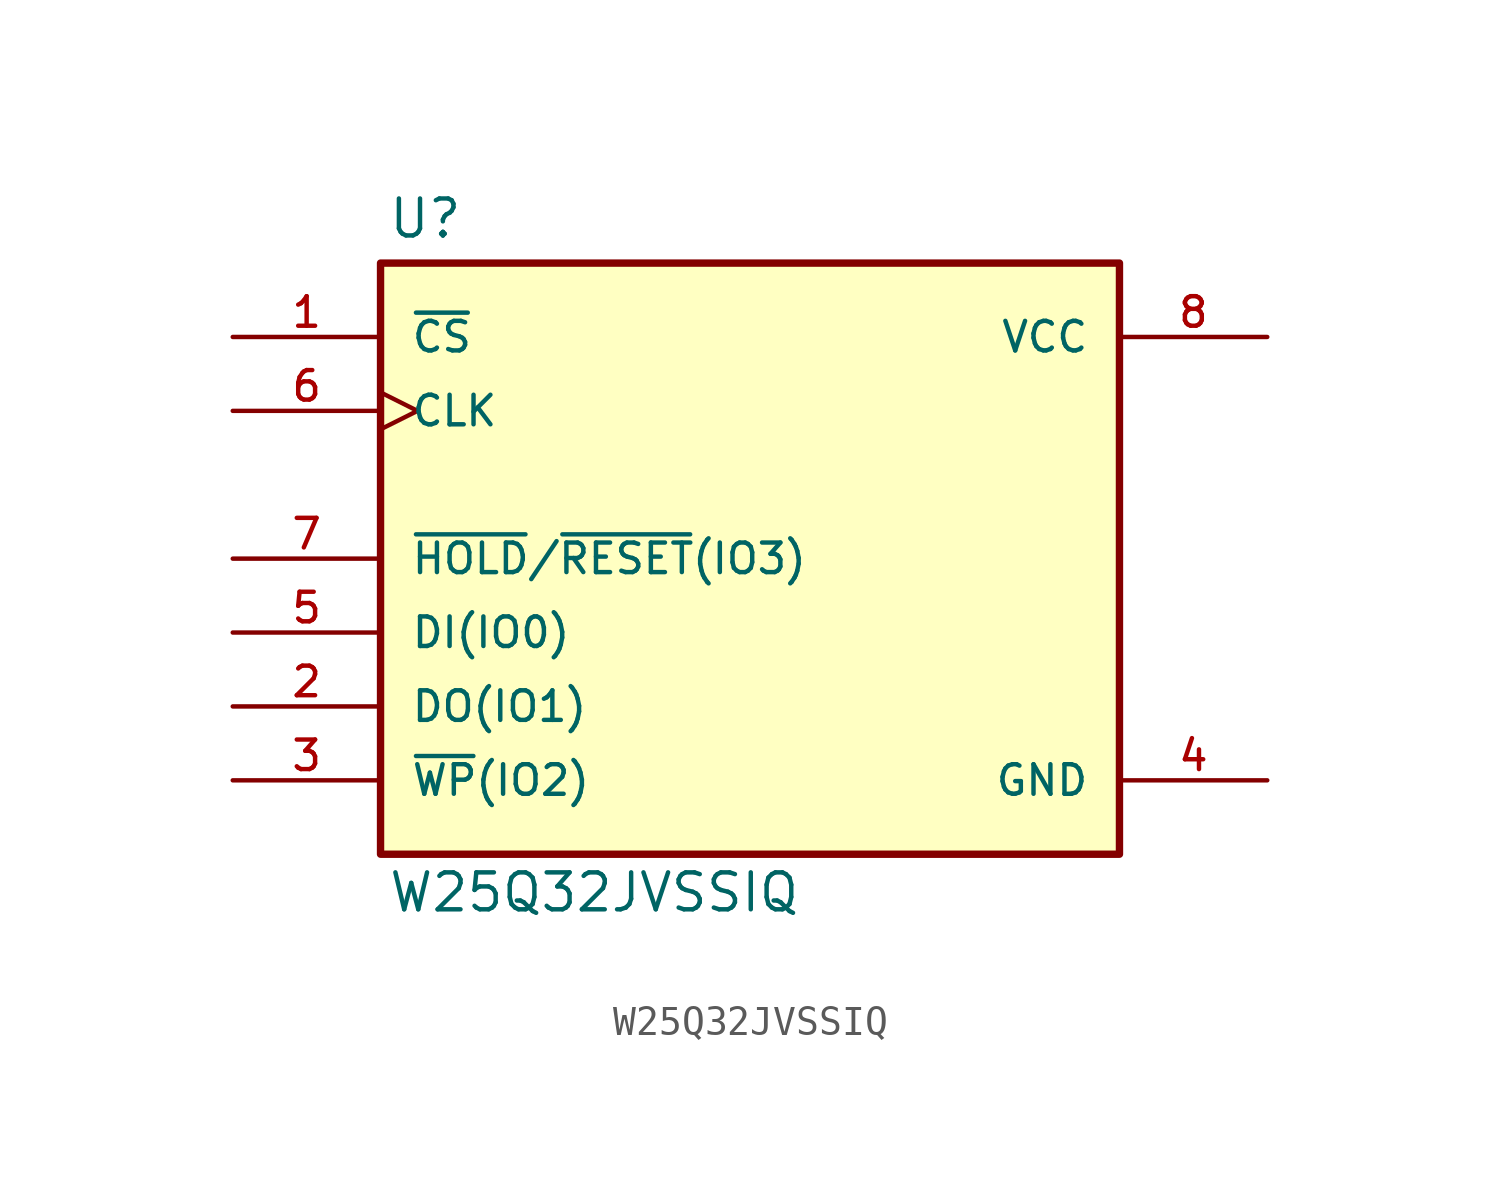
<source format=kicad_sym>
(kicad_symbol_lib
  (version 20220914)
  (generator kicad_symbol_editor)
  (symbol "W25Q32JVSSIQ"
    (pin_names
      (offset 1.016))
    (property "Reference" "U"
      (at -12.471 10.947 0)
      (effects (font (size 1.27 1.27)) (justify left bottom)))
    (property "Value" "W25Q32JVSSIQ"
      (at -12.471 -12.217 0)
      (effects (font (size 1.27 1.27)) (justify left bottom)))
    (property "ki_locked" ""
      (at 0 0 0)
      (effects (font (size 1.27 1.27))))
    (symbol "W25Q32JVSSIQ_0_0"
      (rectangle (start -12.7 -10.16) (end 12.7 10.16) (stroke (width 0.254) (type solid)) (fill (type background)))
      (pin input line (at -17.78 7.62 0) (length 5.08) (name "~{CS}" (effects (font (size 1.016 1.016)))) (number "1" (effects (font (size 1.016 1.016)))))
      (pin bidirectional line (at -17.78 -5.08 0) (length 5.08) (name "DO(IO1)" (effects (font (size 1.016 1.016)))) (number "2" (effects (font (size 1.016 1.016)))))
      (pin bidirectional line (at -17.78 -7.62 0) (length 5.08) (name "~{WP}(IO2)" (effects (font (size 1.016 1.016)))) (number "3" (effects (font (size 1.016 1.016)))))
      (pin power_in line (at 17.78 -7.62 180) (length 5.08) (name "GND" (effects (font (size 1.016 1.016)))) (number "4" (effects (font (size 1.016 1.016)))))
      (pin bidirectional line (at -17.78 -2.54 0) (length 5.08) (name "DI(IO0)" (effects (font (size 1.016 1.016)))) (number "5" (effects (font (size 1.016 1.016)))))
      (pin input clock (at -17.78 5.08 0) (length 5.08) (name "CLK" (effects (font (size 1.016 1.016)))) (number "6" (effects (font (size 1.016 1.016)))))
      (pin bidirectional line (at -17.78 0 0) (length 5.08) (name "~{HOLD}/~{RESET}(IO3)" (effects (font (size 1.016 1.016)))) (number "7" (effects (font (size 1.016 1.016)))))
      (pin power_in line (at 17.78 7.62 180) (length 5.08) (name "VCC" (effects (font (size 1.016 1.016)))) (number "8" (effects (font (size 1.016 1.016))))))))
</source>
